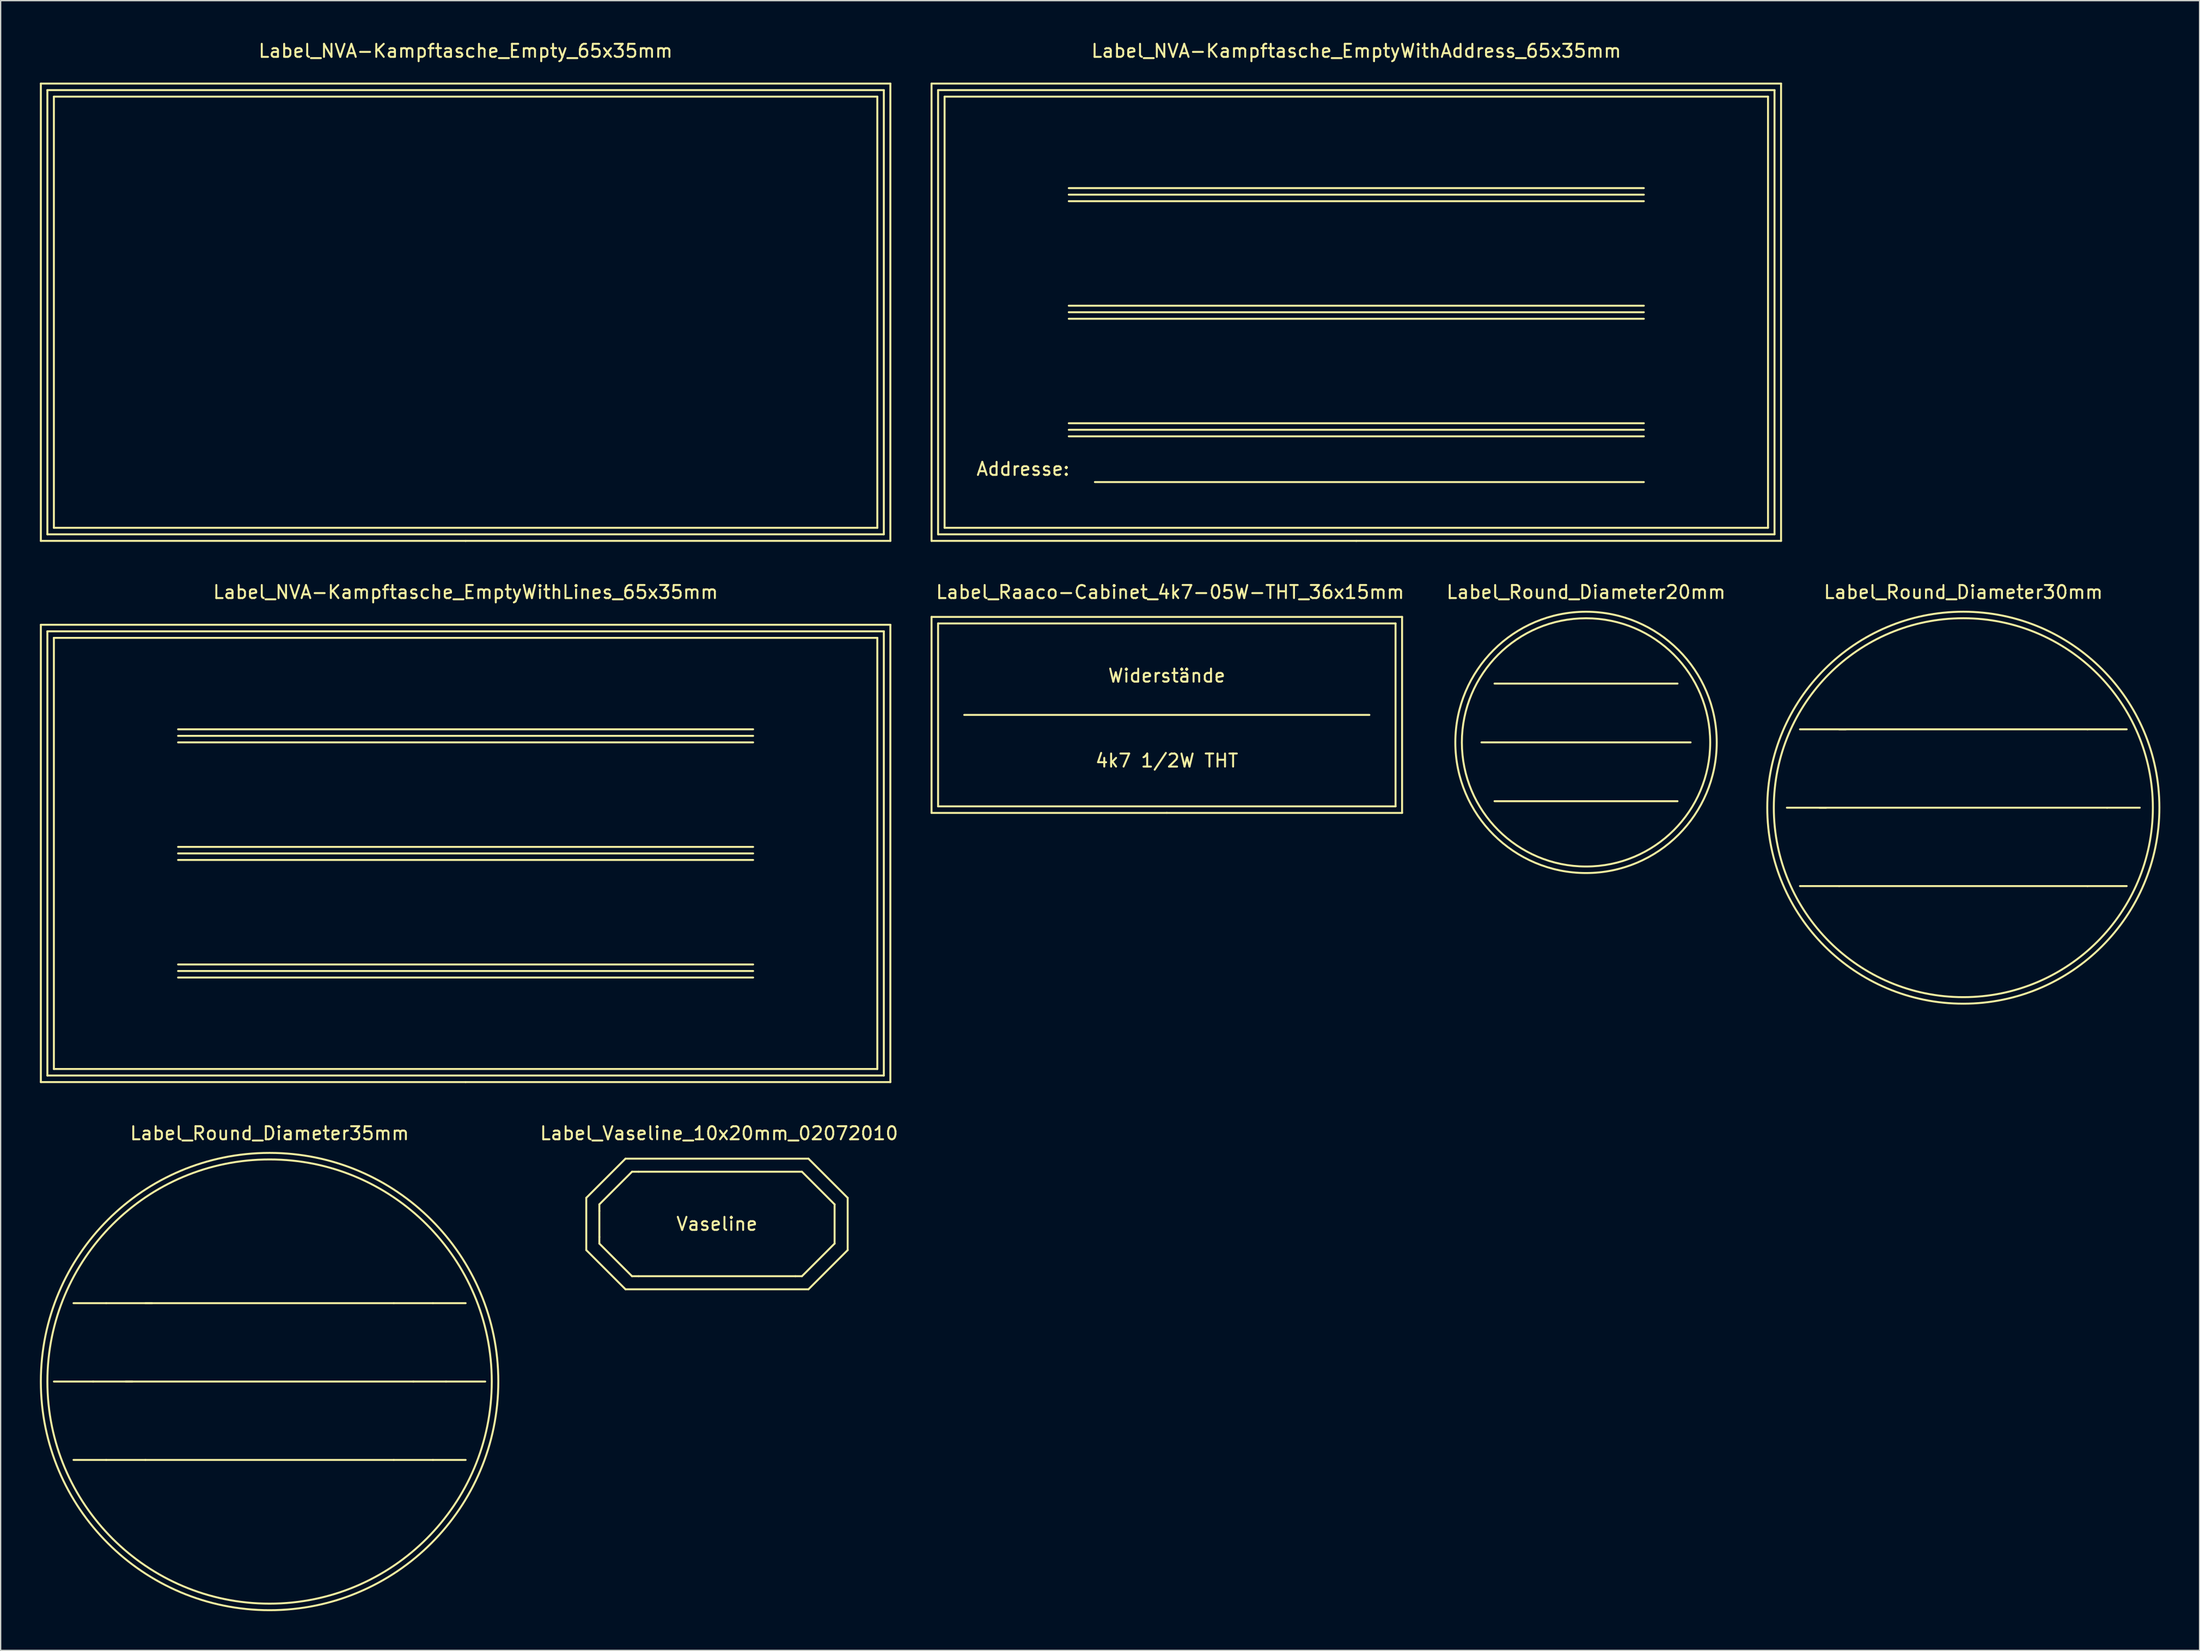
<source format=kicad_pcb>
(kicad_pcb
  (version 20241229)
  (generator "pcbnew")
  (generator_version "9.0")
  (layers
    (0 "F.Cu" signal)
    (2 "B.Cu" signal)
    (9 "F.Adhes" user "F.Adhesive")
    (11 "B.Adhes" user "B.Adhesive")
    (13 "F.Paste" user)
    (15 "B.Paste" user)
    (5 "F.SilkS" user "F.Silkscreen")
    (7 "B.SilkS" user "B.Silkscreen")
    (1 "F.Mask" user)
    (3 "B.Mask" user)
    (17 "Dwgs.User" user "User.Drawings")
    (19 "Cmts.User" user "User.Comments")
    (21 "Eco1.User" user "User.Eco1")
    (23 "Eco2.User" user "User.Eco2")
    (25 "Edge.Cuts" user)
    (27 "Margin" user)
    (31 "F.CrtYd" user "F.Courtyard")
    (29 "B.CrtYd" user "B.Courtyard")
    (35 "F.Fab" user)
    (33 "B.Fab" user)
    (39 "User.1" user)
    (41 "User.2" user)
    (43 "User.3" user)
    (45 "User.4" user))
  (footprint "Label_Vaseline_10x20mm_02072010"
    (layer "F.Cu")
    (at 51.967 90.554)
    (property "Reference" "Label_Vaseline_10x20mm_02072010" (at 0 -6.858 0) (layer "F.SilkS") (effects (font (size 1 1) (thickness 0.15))))
    (attr through_hole)
    (fp_line (start -10.16 -1.92) (end -10.16 2.08) (stroke (width 0.15) (type solid)) (layer "F.SilkS"))
    (fp_line (start -10.16 -1.92) (end -7.16 -4.92) (stroke (width 0.15) (type solid)) (layer "F.SilkS"))
    (fp_line (start -10.16 2.08) (end -7.16 5.08) (stroke (width 0.15) (type solid)) (layer "F.SilkS"))
    (fp_line (start -9.159 -1.42) (end -6.66 -3.919) (stroke (width 0.15) (type solid)) (layer "F.SilkS"))
    (fp_line (start -9.159 -0.919) (end -9.159 -1.42) (stroke (width 0.15) (type solid)) (layer "F.SilkS"))
    (fp_line (start -9.159 -0.919) (end -9.159 1.079) (stroke (width 0.15) (type solid)) (layer "F.SilkS"))
    (fp_line (start -9.159 1.079) (end -9.159 1.58) (stroke (width 0.15) (type solid)) (layer "F.SilkS"))
    (fp_line (start -9.159 1.58) (end -6.66 4.079) (stroke (width 0.15) (type solid)) (layer "F.SilkS"))
    (fp_line (start -7.16 -4.92) (end 6.84 -4.92) (stroke (width 0.15) (type solid)) (layer "F.SilkS"))
    (fp_line (start -6.66 -3.919) (end -6.16 -3.919) (stroke (width 0.15) (type solid)) (layer "F.SilkS"))
    (fp_line (start -6.66 4.079) (end -6.16 4.079) (stroke (width 0.15) (type solid)) (layer "F.SilkS"))
    (fp_line (start -6.16 4.079) (end 5.839 4.079) (stroke (width 0.15) (type solid)) (layer "F.SilkS"))
    (fp_line (start 6.34 -3.919) (end -6.16 -3.919) (stroke (width 0.15) (type solid)) (layer "F.SilkS"))
    (fp_line (start 6.34 4.079) (end 5.839 4.079) (stroke (width 0.15) (type solid)) (layer "F.SilkS"))
    (fp_line (start 6.84 5.08) (end -7.16 5.08) (stroke (width 0.15) (type solid)) (layer "F.SilkS"))
    (fp_line (start 6.84 5.08) (end 9.84 2.08) (stroke (width 0.15) (type solid)) (layer "F.SilkS"))
    (fp_line (start 8.839 -1.42) (end 6.34 -3.919) (stroke (width 0.15) (type solid)) (layer "F.SilkS"))
    (fp_line (start 8.839 -1.42) (end 8.839 1.58) (stroke (width 0.15) (type solid)) (layer "F.SilkS"))
    (fp_line (start 8.839 1.58) (end 6.34 4.079) (stroke (width 0.15) (type solid)) (layer "F.SilkS"))
    (fp_line (start 9.84 -1.92) (end 6.84 -4.92) (stroke (width 0.15) (type solid)) (layer "F.SilkS"))
    (fp_line (start 9.84 -1.92) (end 9.84 2.08) (stroke (width 0.15) (type solid)) (layer "F.SilkS"))
    (fp_text user "Vaseline" (at -0.16 0.079 0) (layer "F.SilkS") (effects (font (size 1 1) (thickness 0.15)))))
  (footprint "Label_Raaco-Cabinet_4k7-05W-THT_36x15mm"
    (layer "F.Cu")
    (at 86.225 51.67)
    (property "Reference" "Label_Raaco-Cabinet_4k7-05W-THT_36x15mm" (at 0.254 -9.398 0) (layer "F.SilkS") (effects (font (size 1 1) (thickness 0.15))))
    (attr through_hole)
    (fp_line (start -18.001 -7.501) (end -18.001 7.501) (stroke (width 0.15) (type solid)) (layer "F.SilkS"))
    (fp_line (start -18.001 7.501) (end 0 7.501) (stroke (width 0.15) (type solid)) (layer "F.SilkS"))
    (fp_line (start -17.501 -7) (end 17.501 -7) (stroke (width 0.15) (type solid)) (layer "F.SilkS"))
    (fp_line (start -17.501 7) (end -17.501 -7) (stroke (width 0.15) (type solid)) (layer "F.SilkS"))
    (fp_line (start -15.499 0) (end 15.499 0) (stroke (width 0.15) (type solid)) (layer "F.SilkS"))
    (fp_line (start 0 7.501) (end 18.001 7.501) (stroke (width 0.15) (type solid)) (layer "F.SilkS"))
    (fp_line (start 17.501 -7) (end 17.501 7) (stroke (width 0.15) (type solid)) (layer "F.SilkS"))
    (fp_line (start 17.501 7) (end -17.501 7) (stroke (width 0.15) (type solid)) (layer "F.SilkS"))
    (fp_line (start 18.001 -7.501) (end -18.001 -7.501) (stroke (width 0.15) (type solid)) (layer "F.SilkS"))
    (fp_line (start 18.001 7.501) (end 18.001 -7.501) (stroke (width 0.15) (type solid)) (layer "F.SilkS"))
    (fp_text user "4k7 1/2W THT" (at 0 3.5 0) (layer "F.SilkS") (effects (font (size 1 1) (thickness 0.15))))
    (fp_text user "Widerstände" (at 0 -3 0) (layer "F.SilkS") (effects (font (size 1 1) (thickness 0.15)))))
  (footprint "Label_Round_Diameter20mm"
    (layer "F.Cu")
    (at 118.3 53.773)
    (property "Reference" "Label_Round_Diameter20mm" (at 0 -11.501 0) (layer "F.SilkS") (effects (font (size 1 1) (thickness 0.15))))
    (attr through_hole)
    (fp_line (start -8.001 0) (end 8.001 0) (stroke (width 0.15) (type solid)) (layer "F.SilkS"))
    (fp_line (start -7 -4.501) (end 7 -4.501) (stroke (width 0.15) (type solid)) (layer "F.SilkS"))
    (fp_line (start -7 4.501) (end 7 4.501) (stroke (width 0.15) (type solid)) (layer "F.SilkS"))
    (fp_circle (center 0 0) (end 9.5 0) (stroke (width 0.15) (type solid)) (fill no) (layer "F.SilkS"))
    (fp_circle (center 0 0) (end 10 0) (stroke (width 0.15) (type solid)) (fill no) (layer "F.SilkS")))
  (footprint "Label_Round_Diameter30mm"
    (layer "F.Cu")
    (at 147.168 58.772)
    (property "Reference" "Label_Round_Diameter30mm" (at 0 -16.5 0) (layer "F.SilkS") (effects (font (size 1 1) (thickness 0.15))))
    (attr through_hole)
    (fp_line (start -11.001 0) (end 11.001 0) (stroke (width 0.15) (type solid)) (layer "F.SilkS"))
    (fp_line (start -10.5 0) (end -13.5 0) (stroke (width 0.15) (type solid)) (layer "F.SilkS"))
    (fp_line (start -9.5 5.999) (end -12.499 5.999) (stroke (width 0.15) (type solid)) (layer "F.SilkS"))
    (fp_line (start -9.5 5.999) (end 9.5 5.999) (stroke (width 0.15) (type solid)) (layer "F.SilkS"))
    (fp_line (start -8.999 -5.999) (end -12.499 -5.999) (stroke (width 0.15) (type solid)) (layer "F.SilkS"))
    (fp_line (start 9.5 -5.999) (end -9.5 -5.999) (stroke (width 0.15) (type solid)) (layer "F.SilkS"))
    (fp_line (start 9.5 -5.999) (end 12.499 -5.999) (stroke (width 0.15) (type solid)) (layer "F.SilkS"))
    (fp_line (start 9.5 5.999) (end 12.499 5.999) (stroke (width 0.15) (type solid)) (layer "F.SilkS"))
    (fp_line (start 11.001 0) (end 13.5 0) (stroke (width 0.15) (type solid)) (layer "F.SilkS"))
    (fp_circle (center 0 0) (end 14.501 0) (stroke (width 0.15) (type solid)) (fill no) (layer "F.SilkS"))
    (fp_circle (center 0 0) (end 15.001 0) (stroke (width 0.15) (type solid)) (fill no) (layer "F.SilkS")))
  (footprint "Label_NVA-Kampftasche_EmptyWithAddress_65x35mm"
    (layer "F.Cu")
    (at 100.723 20.848)
    (property "Reference" "Label_NVA-Kampftasche_EmptyWithAddress_65x35mm" (at 0 -20 0) (layer "F.SilkS") (effects (font (size 1 1) (thickness 0.15))))
    (attr through_hole)
    (fp_line (start -32.499 -17.501) (end -32.499 17.501) (stroke (width 0.15) (type solid)) (layer "F.SilkS"))
    (fp_line (start -32.499 17.501) (end 0 17.501) (stroke (width 0.15) (type solid)) (layer "F.SilkS"))
    (fp_line (start -31.999 -17) (end 31.999 -17) (stroke (width 0.15) (type solid)) (layer "F.SilkS"))
    (fp_line (start -31.999 17) (end -31.999 -17) (stroke (width 0.15) (type solid)) (layer "F.SilkS"))
    (fp_line (start -31.501 -16.5) (end 31.501 -16.5) (stroke (width 0.15) (type solid)) (layer "F.SilkS"))
    (fp_line (start -31.501 16.5) (end -31.501 -16.5) (stroke (width 0.15) (type solid)) (layer "F.SilkS"))
    (fp_line (start -21.999 -8.999) (end 21.999 -8.999) (stroke (width 0.15) (type solid)) (layer "F.SilkS"))
    (fp_line (start -21.999 -8.499) (end 21.999 -8.499) (stroke (width 0.15) (type solid)) (layer "F.SilkS"))
    (fp_line (start -21.999 -0.5) (end 21.999 -0.5) (stroke (width 0.15) (type solid)) (layer "F.SilkS"))
    (fp_line (start -21.999 0) (end 21.999 0) (stroke (width 0.15) (type solid)) (layer "F.SilkS"))
    (fp_line (start -21.999 0.5) (end 21.999 0.5) (stroke (width 0.15) (type solid)) (layer "F.SilkS"))
    (fp_line (start -21.999 8.499) (end 21.999 8.499) (stroke (width 0.15) (type solid)) (layer "F.SilkS"))
    (fp_line (start -20 13) (end 21.999 13) (stroke (width 0.15) (type solid)) (layer "F.SilkS"))
    (fp_line (start 0 17.501) (end 32.499 17.501) (stroke (width 0.15) (type solid)) (layer "F.SilkS"))
    (fp_line (start 21.999 -9.5) (end -21.999 -9.5) (stroke (width 0.15) (type solid)) (layer "F.SilkS"))
    (fp_line (start 21.999 8.999) (end -21.999 8.999) (stroke (width 0.15) (type solid)) (layer "F.SilkS"))
    (fp_line (start 21.999 9.5) (end -21.999 9.5) (stroke (width 0.15) (type solid)) (layer "F.SilkS"))
    (fp_line (start 31.501 -16.5) (end 31.501 16.5) (stroke (width 0.15) (type solid)) (layer "F.SilkS"))
    (fp_line (start 31.501 16.5) (end -31.501 16.5) (stroke (width 0.15) (type solid)) (layer "F.SilkS"))
    (fp_line (start 31.999 -17) (end 31.999 17) (stroke (width 0.15) (type solid)) (layer "F.SilkS"))
    (fp_line (start 31.999 17) (end -31.999 17) (stroke (width 0.15) (type solid)) (layer "F.SilkS"))
    (fp_line (start 32.499 -17.501) (end -32.499 -17.501) (stroke (width 0.15) (type solid)) (layer "F.SilkS"))
    (fp_line (start 32.499 17.501) (end 32.499 -17.501) (stroke (width 0.15) (type solid)) (layer "F.SilkS"))
    (fp_text user "Addresse:" (at -25.499 11.999 0) (layer "F.SilkS") (effects (font (size 1 1) (thickness 0.15)))))
  (footprint "Label_NVA-Kampftasche_Empty_65x35mm"
    (layer "F.Cu")
    (at 32.574 20.848)
    (property "Reference" "Label_NVA-Kampftasche_Empty_65x35mm" (at 0 -20 0) (layer "F.SilkS") (effects (font (size 1 1) (thickness 0.15))))
    (attr through_hole)
    (fp_line (start -32.499 -17.501) (end -32.499 17.501) (stroke (width 0.15) (type solid)) (layer "F.SilkS"))
    (fp_line (start -32.499 17.501) (end 0 17.501) (stroke (width 0.15) (type solid)) (layer "F.SilkS"))
    (fp_line (start -31.999 -17) (end 31.999 -17) (stroke (width 0.15) (type solid)) (layer "F.SilkS"))
    (fp_line (start -31.999 17) (end -31.999 -17) (stroke (width 0.15) (type solid)) (layer "F.SilkS"))
    (fp_line (start -31.501 -16.5) (end 31.501 -16.5) (stroke (width 0.15) (type solid)) (layer "F.SilkS"))
    (fp_line (start -31.501 16.5) (end -31.501 -16.5) (stroke (width 0.15) (type solid)) (layer "F.SilkS"))
    (fp_line (start 0 17.501) (end 32.499 17.501) (stroke (width 0.15) (type solid)) (layer "F.SilkS"))
    (fp_line (start 31.501 -16.5) (end 31.501 16.5) (stroke (width 0.15) (type solid)) (layer "F.SilkS"))
    (fp_line (start 31.501 16.5) (end -31.501 16.5) (stroke (width 0.15) (type solid)) (layer "F.SilkS"))
    (fp_line (start 31.999 -17) (end 31.999 17) (stroke (width 0.15) (type solid)) (layer "F.SilkS"))
    (fp_line (start 31.999 17) (end -31.999 17) (stroke (width 0.15) (type solid)) (layer "F.SilkS"))
    (fp_line (start 32.499 -17.501) (end -32.499 -17.501) (stroke (width 0.15) (type solid)) (layer "F.SilkS"))
    (fp_line (start 32.499 17.501) (end 32.499 -17.501) (stroke (width 0.15) (type solid)) (layer "F.SilkS")))
  (footprint "Label_NVA-Kampftasche_EmptyWithLines_65x35mm"
    (layer "F.Cu")
    (at 32.574 62.272)
    (property "Reference" "Label_NVA-Kampftasche_EmptyWithLines_65x35mm" (at 0 -20 0) (layer "F.SilkS") (effects (font (size 1 1) (thickness 0.15))))
    (attr through_hole)
    (fp_line (start -32.499 -17.501) (end -32.499 17.501) (stroke (width 0.15) (type solid)) (layer "F.SilkS"))
    (fp_line (start -32.499 17.501) (end 0 17.501) (stroke (width 0.15) (type solid)) (layer "F.SilkS"))
    (fp_line (start -31.999 -17) (end 31.999 -17) (stroke (width 0.15) (type solid)) (layer "F.SilkS"))
    (fp_line (start -31.999 17) (end -31.999 -17) (stroke (width 0.15) (type solid)) (layer "F.SilkS"))
    (fp_line (start -31.501 -16.5) (end 31.501 -16.5) (stroke (width 0.15) (type solid)) (layer "F.SilkS"))
    (fp_line (start -31.501 16.5) (end -31.501 -16.5) (stroke (width 0.15) (type solid)) (layer "F.SilkS"))
    (fp_line (start -21.999 -8.999) (end 21.999 -8.999) (stroke (width 0.15) (type solid)) (layer "F.SilkS"))
    (fp_line (start -21.999 -8.499) (end 21.999 -8.499) (stroke (width 0.15) (type solid)) (layer "F.SilkS"))
    (fp_line (start -21.999 -0.5) (end 21.999 -0.5) (stroke (width 0.15) (type solid)) (layer "F.SilkS"))
    (fp_line (start -21.999 0) (end 21.999 0) (stroke (width 0.15) (type solid)) (layer "F.SilkS"))
    (fp_line (start -21.999 0.5) (end 21.999 0.5) (stroke (width 0.15) (type solid)) (layer "F.SilkS"))
    (fp_line (start -21.999 8.499) (end 21.999 8.499) (stroke (width 0.15) (type solid)) (layer "F.SilkS"))
    (fp_line (start 0 17.501) (end 32.499 17.501) (stroke (width 0.15) (type solid)) (layer "F.SilkS"))
    (fp_line (start 21.999 -9.5) (end -21.999 -9.5) (stroke (width 0.15) (type solid)) (layer "F.SilkS"))
    (fp_line (start 21.999 8.999) (end -21.999 8.999) (stroke (width 0.15) (type solid)) (layer "F.SilkS"))
    (fp_line (start 21.999 9.5) (end -21.999 9.5) (stroke (width 0.15) (type solid)) (layer "F.SilkS"))
    (fp_line (start 31.501 -16.5) (end 31.501 16.5) (stroke (width 0.15) (type solid)) (layer "F.SilkS"))
    (fp_line (start 31.501 16.5) (end -31.501 16.5) (stroke (width 0.15) (type solid)) (layer "F.SilkS"))
    (fp_line (start 31.999 -17) (end 31.999 17) (stroke (width 0.15) (type solid)) (layer "F.SilkS"))
    (fp_line (start 31.999 17) (end -31.999 17) (stroke (width 0.15) (type solid)) (layer "F.SilkS"))
    (fp_line (start 32.499 -17.501) (end -32.499 -17.501) (stroke (width 0.15) (type solid)) (layer "F.SilkS"))
    (fp_line (start 32.499 17.501) (end 32.499 -17.501) (stroke (width 0.15) (type solid)) (layer "F.SilkS")))
  (footprint "Label_Round_Diameter35mm"
    (layer "F.Cu")
    (at 17.576 102.695)
    (property "Reference" "Label_Round_Diameter35mm" (at 0 -18.999 0) (layer "F.SilkS") (effects (font (size 1 1) (thickness 0.15))))
    (attr through_hole)
    (fp_line (start -13.5 0) (end -16.5 0) (stroke (width 0.15) (type solid)) (layer "F.SilkS"))
    (fp_line (start -12.499 -5.999) (end -15.001 -5.999) (stroke (width 0.15) (type solid)) (layer "F.SilkS"))
    (fp_line (start -12.499 5.999) (end -15.001 5.999) (stroke (width 0.15) (type solid)) (layer "F.SilkS"))
    (fp_line (start -11.001 0) (end 11.001 0) (stroke (width 0.15) (type solid)) (layer "F.SilkS"))
    (fp_line (start -10.5 0) (end -13.5 0) (stroke (width 0.15) (type solid)) (layer "F.SilkS"))
    (fp_line (start -9.5 5.999) (end -12.499 5.999) (stroke (width 0.15) (type solid)) (layer "F.SilkS"))
    (fp_line (start -9.5 5.999) (end 9.5 5.999) (stroke (width 0.15) (type solid)) (layer "F.SilkS"))
    (fp_line (start -8.999 -5.999) (end -12.499 -5.999) (stroke (width 0.15) (type solid)) (layer "F.SilkS"))
    (fp_line (start 9.5 -5.999) (end -9.5 -5.999) (stroke (width 0.15) (type solid)) (layer "F.SilkS"))
    (fp_line (start 9.5 -5.999) (end 12.499 -5.999) (stroke (width 0.15) (type solid)) (layer "F.SilkS"))
    (fp_line (start 9.5 5.999) (end 12.499 5.999) (stroke (width 0.15) (type solid)) (layer "F.SilkS"))
    (fp_line (start 11.001 0) (end 13.5 0) (stroke (width 0.15) (type solid)) (layer "F.SilkS"))
    (fp_line (start 12.499 -5.999) (end 15.001 -5.999) (stroke (width 0.15) (type solid)) (layer "F.SilkS"))
    (fp_line (start 12.499 5.999) (end 15.001 5.999) (stroke (width 0.15) (type solid)) (layer "F.SilkS"))
    (fp_line (start 13.5 0) (end 16.5 0) (stroke (width 0.15) (type solid)) (layer "F.SilkS"))
    (fp_circle (center 0 0) (end 17 0) (stroke (width 0.15) (type solid)) (fill no) (layer "F.SilkS"))
    (fp_circle (center 0 0) (end 17.501 0) (stroke (width 0.15) (type solid)) (fill no) (layer "F.SilkS")))
  (gr_rect
    (start -3 -3)
    (end 165.244 123.271)
    (stroke (width 0.1) (type default))
    (fill no)
    (layer "Edge.Cuts")))
</source>
